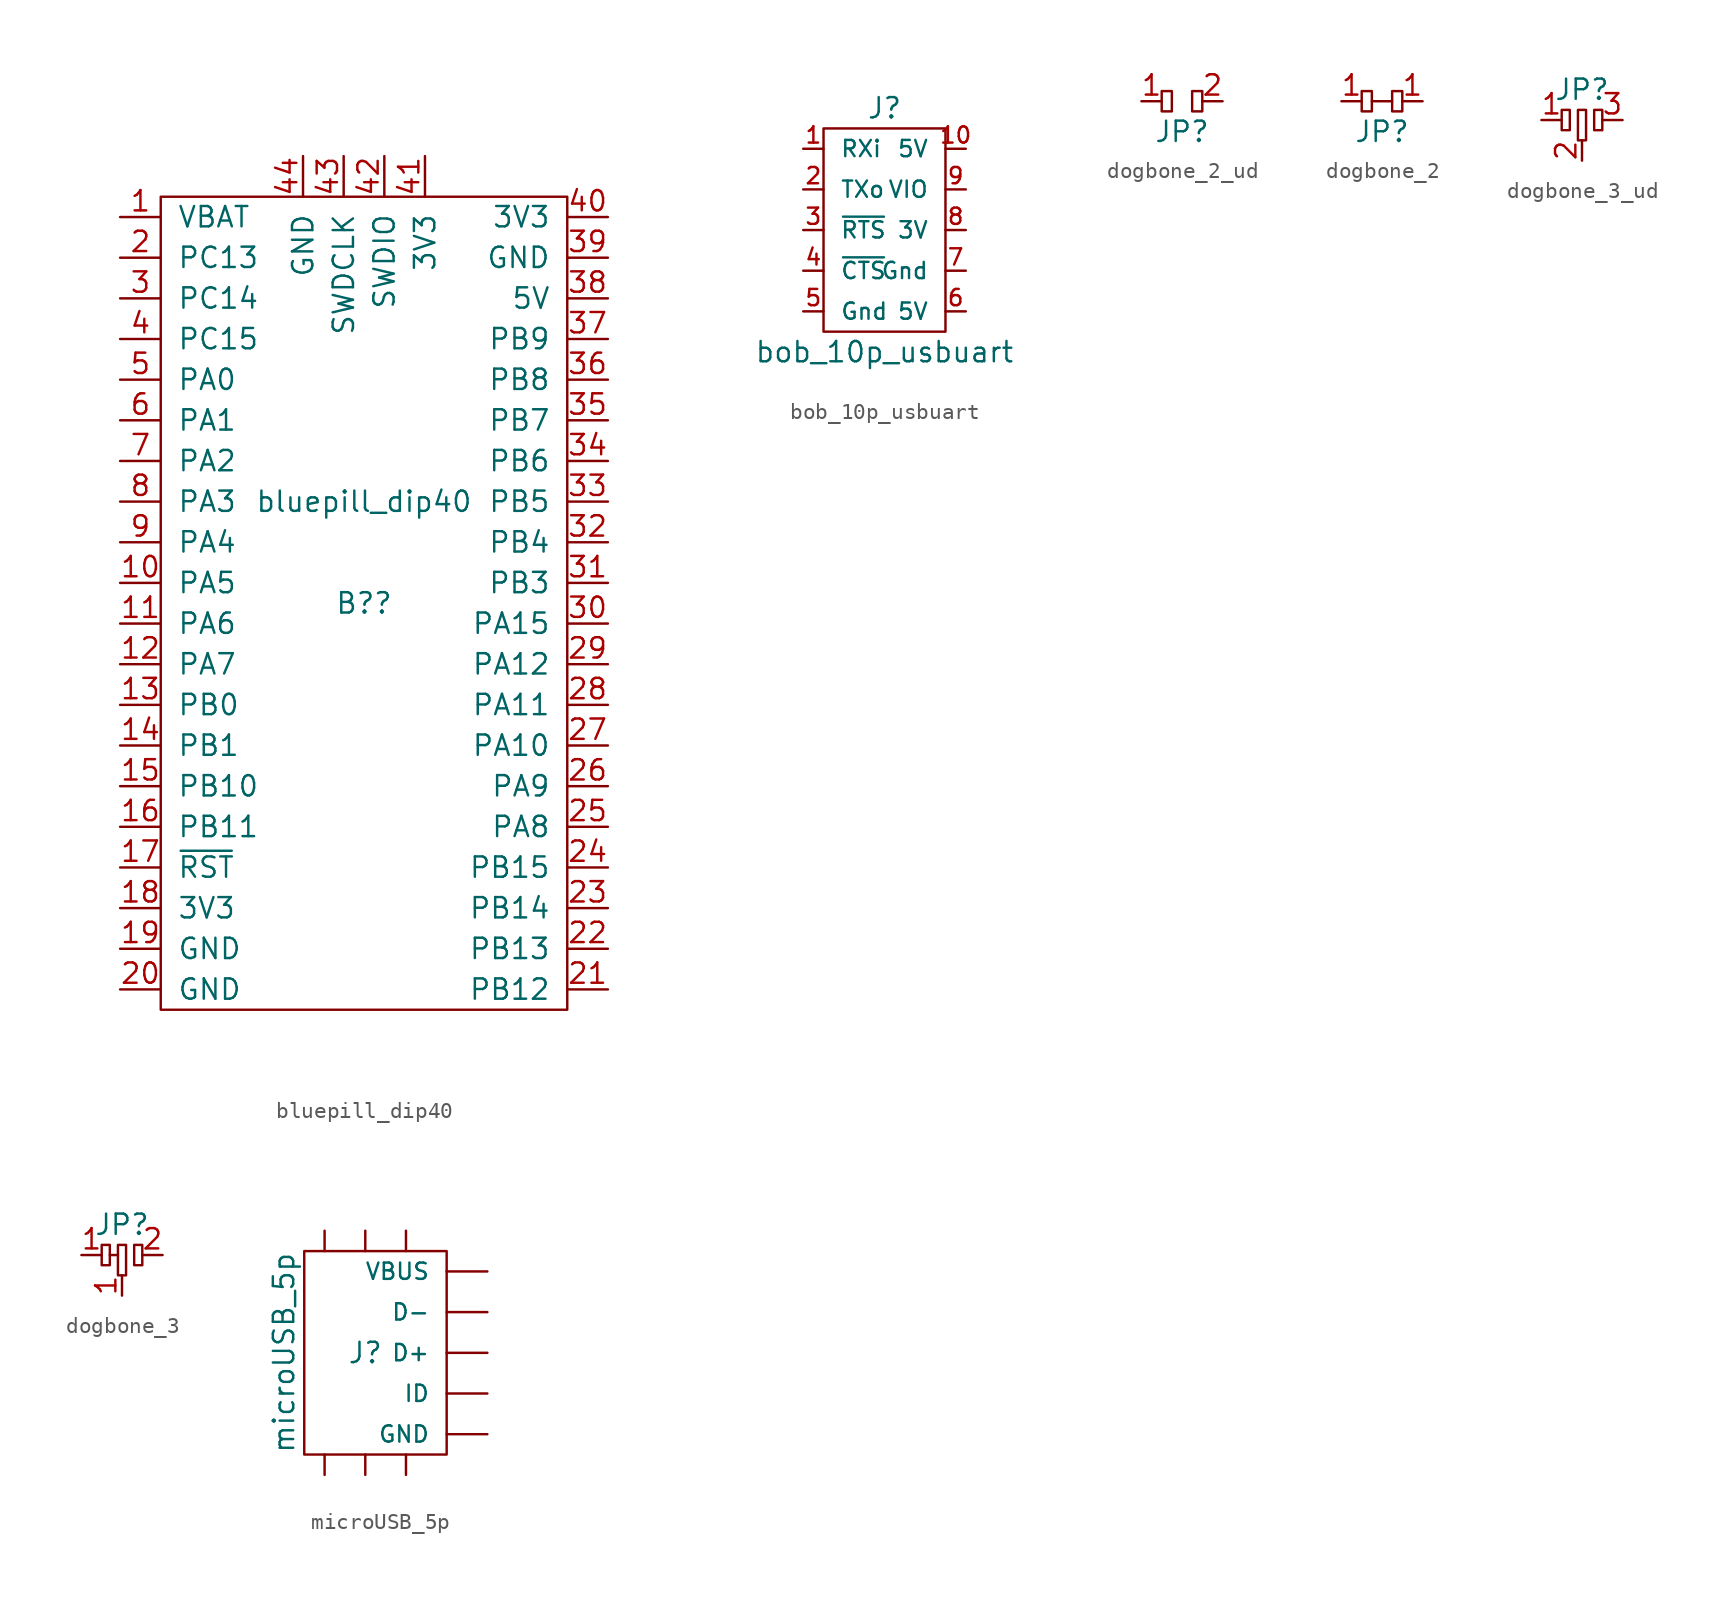
<source format=kicad_sym>
(kicad_symbol_lib
  (version 20211014)
  (generator kicad_symbol_editor)
  (symbol "bluepill_dip40"
    (pin_names
      (offset 1.016))
    (property "Reference" "B?"
      (at 0 0 0)
      (effects (font (size 1.27 1.27))))
    (property "Value" "bluepill_dip40"
      (at 0 6.35 0)
      (effects (font (size 1.27 1.27))))
    (symbol "bluepill_dip40_0_1"
      (rectangle (start -12.7 25.4) (end 12.7 -25.4) (stroke (width 0) (type default) (color 0 0 0 0)) (fill (type none))))
    (symbol "bluepill_dip40_1_1"
      (pin power_in line (at -15.24 24.13 0) (length 2.54) (name "VBAT" (effects (font (size 1.27 1.27)))) (number "1" (effects (font (size 1.27 1.27)))))
      (pin bidirectional line (at -15.24 1.27 0) (length 2.54) (name "PA5" (effects (font (size 1.27 1.27)))) (number "10" (effects (font (size 1.27 1.27)))))
      (pin bidirectional line (at -15.24 -1.27 0) (length 2.54) (name "PA6" (effects (font (size 1.27 1.27)))) (number "11" (effects (font (size 1.27 1.27)))))
      (pin bidirectional line (at -15.24 -3.81 0) (length 2.54) (name "PA7" (effects (font (size 1.27 1.27)))) (number "12" (effects (font (size 1.27 1.27)))))
      (pin bidirectional line (at -15.24 -6.35 0) (length 2.54) (name "PB0" (effects (font (size 1.27 1.27)))) (number "13" (effects (font (size 1.27 1.27)))))
      (pin bidirectional line (at -15.24 -8.89 0) (length 2.54) (name "PB1" (effects (font (size 1.27 1.27)))) (number "14" (effects (font (size 1.27 1.27)))))
      (pin bidirectional line (at -15.24 -11.43 0) (length 2.54) (name "PB10" (effects (font (size 1.27 1.27)))) (number "15" (effects (font (size 1.27 1.27)))))
      (pin bidirectional line (at -15.24 -13.97 0) (length 2.54) (name "PB11" (effects (font (size 1.27 1.27)))) (number "16" (effects (font (size 1.27 1.27)))))
      (pin bidirectional line (at -15.24 -16.51 0) (length 2.54) (name "~{RST}" (effects (font (size 1.27 1.27)))) (number "17" (effects (font (size 1.27 1.27)))))
      (pin power_in line (at -15.24 -19.05 0) (length 2.54) (name "3V3" (effects (font (size 1.27 1.27)))) (number "18" (effects (font (size 1.27 1.27)))))
      (pin power_in line (at -15.24 -21.59 0) (length 2.54) (name "GND" (effects (font (size 1.27 1.27)))) (number "19" (effects (font (size 1.27 1.27)))))
      (pin bidirectional line (at -15.24 21.59 0) (length 2.54) (name "PC13" (effects (font (size 1.27 1.27)))) (number "2" (effects (font (size 1.27 1.27)))))
      (pin power_in line (at -15.24 -24.13 0) (length 2.54) (name "GND" (effects (font (size 1.27 1.27)))) (number "20" (effects (font (size 1.27 1.27)))))
      (pin bidirectional line (at 15.24 -24.13 180) (length 2.54) (name "PB12" (effects (font (size 1.27 1.27)))) (number "21" (effects (font (size 1.27 1.27)))))
      (pin bidirectional line (at 15.24 -21.59 180) (length 2.54) (name "PB13" (effects (font (size 1.27 1.27)))) (number "22" (effects (font (size 1.27 1.27)))))
      (pin bidirectional line (at 15.24 -19.05 180) (length 2.54) (name "PB14" (effects (font (size 1.27 1.27)))) (number "23" (effects (font (size 1.27 1.27)))))
      (pin bidirectional line (at 15.24 -16.51 180) (length 2.54) (name "PB15" (effects (font (size 1.27 1.27)))) (number "24" (effects (font (size 1.27 1.27)))))
      (pin bidirectional line (at 15.24 -13.97 180) (length 2.54) (name "PA8" (effects (font (size 1.27 1.27)))) (number "25" (effects (font (size 1.27 1.27)))))
      (pin bidirectional line (at 15.24 -11.43 180) (length 2.54) (name "PA9" (effects (font (size 1.27 1.27)))) (number "26" (effects (font (size 1.27 1.27)))))
      (pin bidirectional line (at 15.24 -8.89 180) (length 2.54) (name "PA10" (effects (font (size 1.27 1.27)))) (number "27" (effects (font (size 1.27 1.27)))))
      (pin bidirectional line (at 15.24 -6.35 180) (length 2.54) (name "PA11" (effects (font (size 1.27 1.27)))) (number "28" (effects (font (size 1.27 1.27)))))
      (pin bidirectional line (at 15.24 -3.81 180) (length 2.54) (name "PA12" (effects (font (size 1.27 1.27)))) (number "29" (effects (font (size 1.27 1.27)))))
      (pin bidirectional line (at -15.24 19.05 0) (length 2.54) (name "PC14" (effects (font (size 1.27 1.27)))) (number "3" (effects (font (size 1.27 1.27)))))
      (pin bidirectional line (at 15.24 -1.27 180) (length 2.54) (name "PA15" (effects (font (size 1.27 1.27)))) (number "30" (effects (font (size 1.27 1.27)))))
      (pin bidirectional line (at 15.24 1.27 180) (length 2.54) (name "PB3" (effects (font (size 1.27 1.27)))) (number "31" (effects (font (size 1.27 1.27)))))
      (pin bidirectional line (at 15.24 3.81 180) (length 2.54) (name "PB4" (effects (font (size 1.27 1.27)))) (number "32" (effects (font (size 1.27 1.27)))))
      (pin bidirectional line (at 15.24 6.35 180) (length 2.54) (name "PB5" (effects (font (size 1.27 1.27)))) (number "33" (effects (font (size 1.27 1.27)))))
      (pin bidirectional line (at 15.24 8.89 180) (length 2.54) (name "PB6" (effects (font (size 1.27 1.27)))) (number "34" (effects (font (size 1.27 1.27)))))
      (pin bidirectional line (at 15.24 11.43 180) (length 2.54) (name "PB7" (effects (font (size 1.27 1.27)))) (number "35" (effects (font (size 1.27 1.27)))))
      (pin bidirectional line (at 15.24 13.97 180) (length 2.54) (name "PB8" (effects (font (size 1.27 1.27)))) (number "36" (effects (font (size 1.27 1.27)))))
      (pin bidirectional line (at 15.24 16.51 180) (length 2.54) (name "PB9" (effects (font (size 1.27 1.27)))) (number "37" (effects (font (size 1.27 1.27)))))
      (pin power_in line (at 15.24 19.05 180) (length 2.54) (name "5V" (effects (font (size 1.27 1.27)))) (number "38" (effects (font (size 1.27 1.27)))))
      (pin power_in line (at 15.24 21.59 180) (length 2.54) (name "GND" (effects (font (size 1.27 1.27)))) (number "39" (effects (font (size 1.27 1.27)))))
      (pin bidirectional line (at -15.24 16.51 0) (length 2.54) (name "PC15" (effects (font (size 1.27 1.27)))) (number "4" (effects (font (size 1.27 1.27)))))
      (pin power_in line (at 15.24 24.13 180) (length 2.54) (name "3V3" (effects (font (size 1.27 1.27)))) (number "40" (effects (font (size 1.27 1.27)))))
      (pin power_in line (at 3.81 27.94 270) (length 2.54) (name "3V3" (effects (font (size 1.27 1.27)))) (number "41" (effects (font (size 1.27 1.27)))))
      (pin bidirectional line (at 1.27 27.94 270) (length 2.54) (name "SWDIO" (effects (font (size 1.27 1.27)))) (number "42" (effects (font (size 1.27 1.27)))))
      (pin bidirectional line (at -1.27 27.94 270) (length 2.54) (name "SWDCLK" (effects (font (size 1.27 1.27)))) (number "43" (effects (font (size 1.27 1.27)))))
      (pin power_in line (at -3.81 27.94 270) (length 2.54) (name "GND" (effects (font (size 1.27 1.27)))) (number "44" (effects (font (size 1.27 1.27)))))
      (pin bidirectional line (at -15.24 13.97 0) (length 2.54) (name "PA0" (effects (font (size 1.27 1.27)))) (number "5" (effects (font (size 1.27 1.27)))))
      (pin bidirectional line (at -15.24 11.43 0) (length 2.54) (name "PA1" (effects (font (size 1.27 1.27)))) (number "6" (effects (font (size 1.27 1.27)))))
      (pin bidirectional line (at -15.24 8.89 0) (length 2.54) (name "PA2" (effects (font (size 1.27 1.27)))) (number "7" (effects (font (size 1.27 1.27)))))
      (pin bidirectional line (at -15.24 6.35 0) (length 2.54) (name "PA3" (effects (font (size 1.27 1.27)))) (number "8" (effects (font (size 1.27 1.27)))))
      (pin bidirectional line (at -15.24 3.81 0) (length 2.54) (name "PA4" (effects (font (size 1.27 1.27)))) (number "9" (effects (font (size 1.27 1.27)))))))
  (symbol "bob_10p_usbuart"
    (pin_names
      (offset 1.016))
    (property "Reference" "J"
      (at 0 6.35 0)
      (effects (font (size 1.27 1.27))))
    (property "Value" "bob_10p_usbuart"
      (at 0 -8.89 0)
      (effects (font (size 1.27 1.27))))
    (symbol "bob_10p_usbuart_0_1"
      (rectangle (start -3.81 5.08) (end 3.81 -7.62) (stroke (width 0) (type default) (color 0 0 0 0)) (fill (type none))))
    (symbol "bob_10p_usbuart_1_1"
      (pin input line (at -5.08 3.81 0) (length 1.27) (name "RXi" (effects (font (size 1.016 1.016)))) (number "1" (effects (font (size 1.016 1.016)))))
      (pin power_out line (at 5.08 3.81 180) (length 1.27) (name "5V" (effects (font (size 1.016 1.016)))) (number "10" (effects (font (size 1.016 1.016)))))
      (pin output line (at -5.08 1.27 0) (length 1.27) (name "TXo" (effects (font (size 1.016 1.016)))) (number "2" (effects (font (size 1.016 1.016)))))
      (pin output line (at -5.08 -1.27 0) (length 1.27) (name "~{RTS}" (effects (font (size 1.016 1.016)))) (number "3" (effects (font (size 1.016 1.016)))))
      (pin input line (at -5.08 -3.81 0) (length 1.27) (name "~{CTS}" (effects (font (size 1.016 1.016)))) (number "4" (effects (font (size 1.016 1.016)))))
      (pin power_in line (at -5.08 -6.35 0) (length 1.27) (name "Gnd" (effects (font (size 1.016 1.016)))) (number "5" (effects (font (size 1.016 1.016)))))
      (pin power_out line (at 5.08 -6.35 180) (length 1.27) (name "5V" (effects (font (size 1.016 1.016)))) (number "6" (effects (font (size 1.016 1.016)))))
      (pin power_in line (at 5.08 -3.81 180) (length 1.27) (name "Gnd" (effects (font (size 1.016 1.016)))) (number "7" (effects (font (size 1.016 1.016)))))
      (pin power_out line (at 5.08 -1.27 180) (length 1.27) (name "3V" (effects (font (size 1.016 1.016)))) (number "8" (effects (font (size 1.016 1.016)))))
      (pin power_in line (at 5.08 1.27 180) (length 1.27) (name "VIO" (effects (font (size 1.016 1.016)))) (number "9" (effects (font (size 1.016 1.016)))))))
  (symbol "dogbone_2_ud"
    (pin_names
      (offset 1.016))
    (property "Reference" "JP"
      (at 0 -1.905 0)
      (effects (font (size 1.27 1.27))))
    (symbol "dogbone_2_ud_0_1"
      (rectangle (start -1.27 0.635) (end -0.635 -0.635) (stroke (width 0) (type default) (color 0 0 0 0)) (fill (type none)))
      (rectangle (start 1.27 0.635) (end 0.635 -0.635) (stroke (width 0) (type default) (color 0 0 0 0)) (fill (type none))))
    (symbol "dogbone_2_ud_1_1"
      (pin passive line (at -2.54 0 0) (length 1.27) (name "~" (effects (font (size 1.27 1.27)))) (number "1" (effects (font (size 1.27 1.27)))))
      (pin passive line (at 2.54 0 180) (length 1.27) (name "~" (effects (font (size 1.27 1.27)))) (number "2" (effects (font (size 1.27 1.27)))))))
  (symbol "dogbone_2"
    (pin_names
      (offset 1.016))
    (property "Reference" "JP"
      (at 0 -1.905 0)
      (effects (font (size 1.27 1.27))))
    (symbol "dogbone_2_0_1"
      (rectangle (start -1.27 0.635) (end -0.635 -0.635) (stroke (width 0) (type default) (color 0 0 0 0)) (fill (type none)))
      (polyline (pts (xy -0.635 0) (xy 0.635 0)) (stroke (width 0) (type default) (color 0 0 0 0)) (fill (type none)))
      (rectangle (start 1.27 0.635) (end 0.635 -0.635) (stroke (width 0) (type default) (color 0 0 0 0)) (fill (type none))))
    (symbol "dogbone_2_1_1"
      (pin passive line (at -2.54 0 0) (length 1.27) (name "~" (effects (font (size 1.27 1.27)))) (number "1" (effects (font (size 1.27 1.27)))))
      (pin passive line (at 2.54 0 180) (length 1.27) (name "~" (effects (font (size 1.27 1.27)))) (number "1" (effects (font (size 1.27 1.27)))))))
  (symbol "dogbone_3_ud"
    (pin_names
      (offset 1.016))
    (property "Reference" "JP"
      (at 0 1.905 0)
      (effects (font (size 1.27 1.27))))
    (symbol "dogbone_3_ud_0_1"
      (rectangle (start -1.27 0.635) (end -0.762 -0.635) (stroke (width 0) (type default) (color 0 0 0 0)) (fill (type none)))
      (rectangle (start -0.254 0.635) (end 0.254 -1.27) (stroke (width 0) (type default) (color 0 0 0 0)) (fill (type none)))
      (rectangle (start 1.27 0.635) (end 0.762 -0.635) (stroke (width 0) (type default) (color 0 0 0 0)) (fill (type none))))
    (symbol "dogbone_3_ud_1_1"
      (pin passive line (at -2.54 0 0) (length 1.27) (name "~" (effects (font (size 1.27 1.27)))) (number "1" (effects (font (size 1.27 1.27)))))
      (pin passive line (at 0 -2.54 90) (length 1.27) (name "~" (effects (font (size 1.27 1.27)))) (number "2" (effects (font (size 1.27 1.27)))))
      (pin passive line (at 2.54 0 180) (length 1.27) (name "~" (effects (font (size 1.27 1.27)))) (number "3" (effects (font (size 1.27 1.27)))))))
  (symbol "dogbone_3"
    (pin_names
      (offset 1.016))
    (property "Reference" "JP"
      (at 0 1.905 0)
      (effects (font (size 1.27 1.27))))
    (symbol "dogbone_3_0_1"
      (rectangle (start -1.27 0.635) (end -0.762 -0.635) (stroke (width 0) (type default) (color 0 0 0 0)) (fill (type none)))
      (rectangle (start -0.254 0.635) (end 0.254 -1.27) (stroke (width 0) (type default) (color 0 0 0 0)) (fill (type none)))
      (polyline (pts (xy -0.762 0) (xy -0.254 0)) (stroke (width 0) (type default) (color 0 0 0 0)) (fill (type none)))
      (rectangle (start 1.27 0.635) (end 0.762 -0.635) (stroke (width 0) (type default) (color 0 0 0 0)) (fill (type none))))
    (symbol "dogbone_3_1_1"
      (pin passive line (at -2.54 0 0) (length 1.27) (name "~" (effects (font (size 1.27 1.27)))) (number "1" (effects (font (size 1.27 1.27)))))
      (pin passive line (at 0 -2.54 90) (length 1.27) (name "~" (effects (font (size 1.27 1.27)))) (number "1" (effects (font (size 1.27 1.27)))))
      (pin passive line (at 2.54 0 180) (length 1.27) (name "~" (effects (font (size 1.27 1.27)))) (number "2" (effects (font (size 1.27 1.27)))))))
  (symbol "microUSB_5p"
    (pin_numbers hide)
    (pin_names
      (offset 1.016))
    (property "Reference" "J"
      (at 0 0 0)
      (effects (font (size 1.27 1.27))))
    (property "Value" "microUSB_5p"
      (at -5.08 0 90)
      (effects (font (size 1.27 1.27))))
    (symbol "microUSB_5p_0_1"
      (rectangle (start 5.08 6.35) (end -3.81 -6.35) (stroke (width 0) (type default) (color 0 0 0 0)) (fill (type none))))
    (symbol "microUSB_5p_1_1"
      (pin power_out line (at 7.62 5.08 180) (length 2.54) (name "VBUS" (effects (font (size 1.016 1.016)))) (number "1" (effects (font (size 1.016 1.016)))))
      (pin passive line (at 0 7.62 270) (length 1.27) (name "~" (effects (font (size 1.016 1.016)))) (number "10" (effects (font (size 1.016 1.016)))))
      (pin passive line (at 2.54 7.62 270) (length 1.27) (name "~" (effects (font (size 1.016 1.016)))) (number "11" (effects (font (size 1.016 1.016)))))
      (pin bidirectional line (at 7.62 2.54 180) (length 2.54) (name "D-" (effects (font (size 1.016 1.016)))) (number "2" (effects (font (size 1.016 1.016)))))
      (pin bidirectional line (at 7.62 0 180) (length 2.54) (name "D+" (effects (font (size 1.016 1.016)))) (number "3" (effects (font (size 1.016 1.016)))))
      (pin unspecified line (at 7.62 -2.54 180) (length 2.54) (name "ID" (effects (font (size 1.016 1.016)))) (number "4" (effects (font (size 1.016 1.016)))))
      (pin power_out line (at 7.62 -5.08 180) (length 2.54) (name "GND" (effects (font (size 1.016 1.016)))) (number "5" (effects (font (size 1.016 1.016)))))
      (pin passive line (at -2.54 -7.62 90) (length 1.27) (name "~" (effects (font (size 1.016 1.016)))) (number "6" (effects (font (size 1.016 1.016)))))
      (pin passive line (at 0 -7.62 90) (length 1.27) (name "~" (effects (font (size 1.016 1.016)))) (number "7" (effects (font (size 1.016 1.016)))))
      (pin passive line (at 2.54 -7.62 90) (length 1.27) (name "~" (effects (font (size 1.016 1.016)))) (number "8" (effects (font (size 1.016 1.016)))))
      (pin passive line (at -2.54 7.62 270) (length 1.27) (name "~" (effects (font (size 1.016 1.016)))) (number "9" (effects (font (size 1.016 1.016))))))))
</source>
